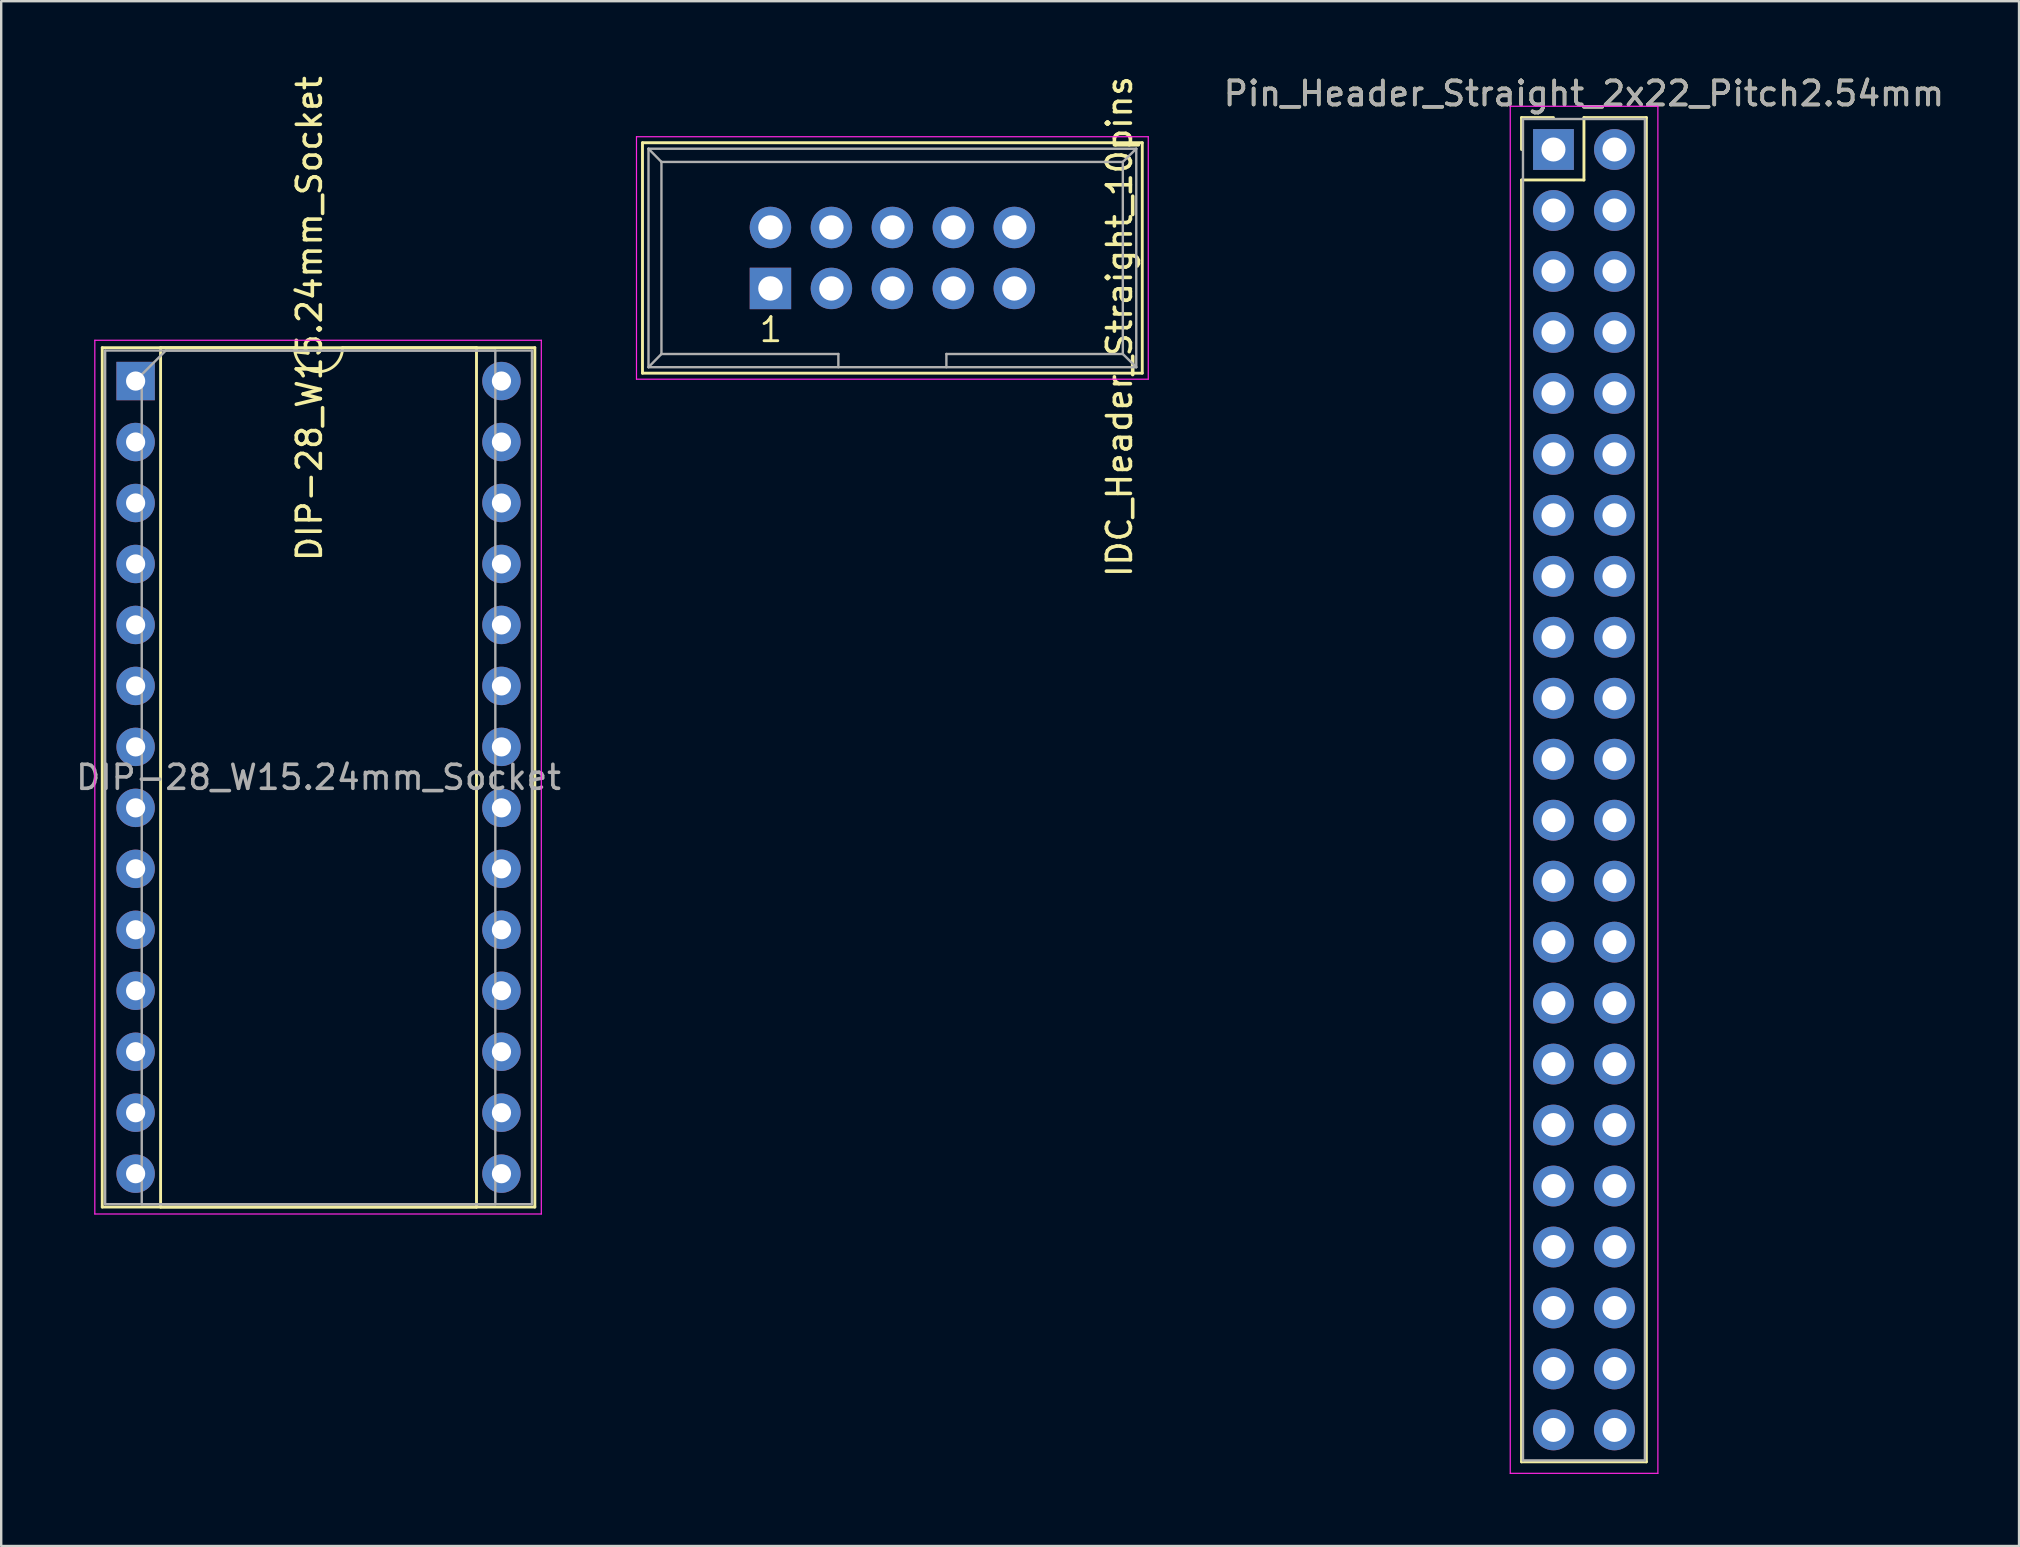
<source format=kicad_pcb>
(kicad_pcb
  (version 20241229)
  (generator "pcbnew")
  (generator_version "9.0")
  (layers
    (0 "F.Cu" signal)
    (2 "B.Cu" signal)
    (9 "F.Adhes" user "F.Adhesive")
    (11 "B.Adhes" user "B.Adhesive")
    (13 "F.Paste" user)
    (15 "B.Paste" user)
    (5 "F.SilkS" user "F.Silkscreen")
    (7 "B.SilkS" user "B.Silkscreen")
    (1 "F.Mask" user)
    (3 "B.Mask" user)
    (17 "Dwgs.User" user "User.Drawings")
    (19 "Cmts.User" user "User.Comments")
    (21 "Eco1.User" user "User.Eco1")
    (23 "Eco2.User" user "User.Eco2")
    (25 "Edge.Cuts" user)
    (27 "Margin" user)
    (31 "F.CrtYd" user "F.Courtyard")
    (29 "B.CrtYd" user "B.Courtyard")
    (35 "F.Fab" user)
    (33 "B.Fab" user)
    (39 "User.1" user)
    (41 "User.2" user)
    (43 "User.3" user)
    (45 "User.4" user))
  (footprint "Pin_Header_Straight_2x22_Pitch2.54mm"
    (layer "F.Cu")
    (at 61.665 3.178)
    (property "Reference" "Pin_Header_Straight_2x22_Pitch2.54mm" (at 1.27 -2.33 0) (layer "F.SilkS") (effects (font (size 1 1) (thickness 0.15))))
    (attr through_hole)
    (fp_line (start -1.33 -1.33) (end 0 -1.33) (stroke (width 0.12) (type solid)) (layer "F.SilkS"))
    (fp_line (start -1.33 0) (end -1.33 -1.33) (stroke (width 0.12) (type solid)) (layer "F.SilkS"))
    (fp_line (start -1.33 1.27) (end -1.33 54.67) (stroke (width 0.12) (type solid)) (layer "F.SilkS"))
    (fp_line (start -1.33 54.67) (end 3.87 54.67) (stroke (width 0.12) (type solid)) (layer "F.SilkS"))
    (fp_line (start 1.27 -1.33) (end 1.27 1.27) (stroke (width 0.12) (type solid)) (layer "F.SilkS"))
    (fp_line (start 1.27 1.27) (end -1.33 1.27) (stroke (width 0.12) (type solid)) (layer "F.SilkS"))
    (fp_line (start 3.87 -1.33) (end 1.27 -1.33) (stroke (width 0.12) (type solid)) (layer "F.SilkS"))
    (fp_line (start 3.87 54.67) (end 3.87 -1.33) (stroke (width 0.12) (type solid)) (layer "F.SilkS"))
    (fp_line (start -1.8 -1.8) (end -1.8 55.15) (stroke (width 0.05) (type solid)) (layer "F.CrtYd"))
    (fp_line (start -1.8 55.15) (end 4.35 55.15) (stroke (width 0.05) (type solid)) (layer "F.CrtYd"))
    (fp_line (start 4.35 -1.8) (end -1.8 -1.8) (stroke (width 0.05) (type solid)) (layer "F.CrtYd"))
    (fp_line (start 4.35 55.15) (end 4.35 -1.8) (stroke (width 0.05) (type solid)) (layer "F.CrtYd"))
    (fp_line (start -1.27 -1.27) (end -1.27 54.61) (stroke (width 0.1) (type solid)) (layer "F.Fab"))
    (fp_line (start -1.27 54.61) (end 3.81 54.61) (stroke (width 0.1) (type solid)) (layer "F.Fab"))
    (fp_line (start 3.81 -1.27) (end -1.27 -1.27) (stroke (width 0.1) (type solid)) (layer "F.Fab"))
    (fp_line (start 3.81 54.61) (end 3.81 -1.27) (stroke (width 0.1) (type solid)) (layer "F.Fab"))
    (fp_text user "${REFERENCE}" (at 1.27 -2.33 0) (layer "F.Fab") (effects (font (size 1 1) (thickness 0.15))))
    (pad "1" thru_hole rect (at 0 0) (size 1.7 1.7) (drill 1) (layers "*.Cu" "*.Mask"))
    (pad "2" thru_hole oval (at 2.54 0) (size 1.7 1.7) (drill 1) (layers "*.Cu" "*.Mask"))
    (pad "3" thru_hole oval (at 0 2.54) (size 1.7 1.7) (drill 1) (layers "*.Cu" "*.Mask"))
    (pad "4" thru_hole oval (at 2.54 2.54) (size 1.7 1.7) (drill 1) (layers "*.Cu" "*.Mask"))
    (pad "5" thru_hole oval (at 0 5.08) (size 1.7 1.7) (drill 1) (layers "*.Cu" "*.Mask"))
    (pad "6" thru_hole oval (at 2.54 5.08) (size 1.7 1.7) (drill 1) (layers "*.Cu" "*.Mask"))
    (pad "7" thru_hole oval (at 0 7.62) (size 1.7 1.7) (drill 1) (layers "*.Cu" "*.Mask"))
    (pad "8" thru_hole oval (at 2.54 7.62) (size 1.7 1.7) (drill 1) (layers "*.Cu" "*.Mask"))
    (pad "9" thru_hole oval (at 0 10.16) (size 1.7 1.7) (drill 1) (layers "*.Cu" "*.Mask"))
    (pad "10" thru_hole oval (at 2.54 10.16) (size 1.7 1.7) (drill 1) (layers "*.Cu" "*.Mask"))
    (pad "11" thru_hole oval (at 0 12.7) (size 1.7 1.7) (drill 1) (layers "*.Cu" "*.Mask"))
    (pad "12" thru_hole oval (at 2.54 12.7) (size 1.7 1.7) (drill 1) (layers "*.Cu" "*.Mask"))
    (pad "13" thru_hole oval (at 0 15.24) (size 1.7 1.7) (drill 1) (layers "*.Cu" "*.Mask"))
    (pad "14" thru_hole oval (at 2.54 15.24) (size 1.7 1.7) (drill 1) (layers "*.Cu" "*.Mask"))
    (pad "15" thru_hole oval (at 0 17.78) (size 1.7 1.7) (drill 1) (layers "*.Cu" "*.Mask"))
    (pad "16" thru_hole oval (at 2.54 17.78) (size 1.7 1.7) (drill 1) (layers "*.Cu" "*.Mask"))
    (pad "17" thru_hole oval (at 0 20.32) (size 1.7 1.7) (drill 1) (layers "*.Cu" "*.Mask"))
    (pad "18" thru_hole oval (at 2.54 20.32) (size 1.7 1.7) (drill 1) (layers "*.Cu" "*.Mask"))
    (pad "19" thru_hole oval (at 0 22.86) (size 1.7 1.7) (drill 1) (layers "*.Cu" "*.Mask"))
    (pad "20" thru_hole oval (at 2.54 22.86) (size 1.7 1.7) (drill 1) (layers "*.Cu" "*.Mask"))
    (pad "21" thru_hole oval (at 0 25.4) (size 1.7 1.7) (drill 1) (layers "*.Cu" "*.Mask"))
    (pad "22" thru_hole oval (at 2.54 25.4) (size 1.7 1.7) (drill 1) (layers "*.Cu" "*.Mask"))
    (pad "23" thru_hole oval (at 0 27.94) (size 1.7 1.7) (drill 1) (layers "*.Cu" "*.Mask"))
    (pad "24" thru_hole oval (at 2.54 27.94) (size 1.7 1.7) (drill 1) (layers "*.Cu" "*.Mask"))
    (pad "25" thru_hole oval (at 0 30.48) (size 1.7 1.7) (drill 1) (layers "*.Cu" "*.Mask"))
    (pad "26" thru_hole oval (at 2.54 30.48) (size 1.7 1.7) (drill 1) (layers "*.Cu" "*.Mask"))
    (pad "27" thru_hole oval (at 0 33.02) (size 1.7 1.7) (drill 1) (layers "*.Cu" "*.Mask"))
    (pad "28" thru_hole oval (at 2.54 33.02) (size 1.7 1.7) (drill 1) (layers "*.Cu" "*.Mask"))
    (pad "29" thru_hole oval (at 0 35.56) (size 1.7 1.7) (drill 1) (layers "*.Cu" "*.Mask"))
    (pad "30" thru_hole oval (at 2.54 35.56) (size 1.7 1.7) (drill 1) (layers "*.Cu" "*.Mask"))
    (pad "31" thru_hole oval (at 0 38.1) (size 1.7 1.7) (drill 1) (layers "*.Cu" "*.Mask"))
    (pad "32" thru_hole oval (at 2.54 38.1) (size 1.7 1.7) (drill 1) (layers "*.Cu" "*.Mask"))
    (pad "33" thru_hole oval (at 0 40.64) (size 1.7 1.7) (drill 1) (layers "*.Cu" "*.Mask"))
    (pad "34" thru_hole oval (at 2.54 40.64) (size 1.7 1.7) (drill 1) (layers "*.Cu" "*.Mask"))
    (pad "35" thru_hole oval (at 0 43.18) (size 1.7 1.7) (drill 1) (layers "*.Cu" "*.Mask"))
    (pad "36" thru_hole oval (at 2.54 43.18) (size 1.7 1.7) (drill 1) (layers "*.Cu" "*.Mask"))
    (pad "37" thru_hole oval (at 0 45.72) (size 1.7 1.7) (drill 1) (layers "*.Cu" "*.Mask"))
    (pad "38" thru_hole oval (at 2.54 45.72) (size 1.7 1.7) (drill 1) (layers "*.Cu" "*.Mask"))
    (pad "39" thru_hole oval (at 0 48.26) (size 1.7 1.7) (drill 1) (layers "*.Cu" "*.Mask"))
    (pad "40" thru_hole oval (at 2.54 48.26) (size 1.7 1.7) (drill 1) (layers "*.Cu" "*.Mask"))
    (pad "41" thru_hole oval (at 0 50.8) (size 1.7 1.7) (drill 1) (layers "*.Cu" "*.Mask"))
    (pad "42" thru_hole oval (at 2.54 50.8) (size 1.7 1.7) (drill 1) (layers "*.Cu" "*.Mask"))
    (pad "43" thru_hole oval (at 0 53.34) (size 1.7 1.7) (drill 1) (layers "*.Cu" "*.Mask"))
    (pad "44" thru_hole oval (at 2.54 53.34) (size 1.7 1.7) (drill 1) (layers "*.Cu" "*.Mask")))
  (footprint "DIP-28_W15.24mm_Socket"
    (layer "F.Cu")
    (at 2.6 12.824)
    (property "Reference" "DIP-28_W15.24mm_Socket" (at 7.239 -2.603 90) (layer "F.SilkS") (effects (font (size 1 1) (thickness 0.15))))
    (attr through_hole)
    (fp_line (start -1.39 -1.39) (end -1.39 34.41) (stroke (width 0.12) (type solid)) (layer "F.SilkS"))
    (fp_line (start -1.39 34.41) (end 16.63 34.41) (stroke (width 0.12) (type solid)) (layer "F.SilkS"))
    (fp_line (start 1.04 -1.39) (end 1.04 34.41) (stroke (width 0.12) (type solid)) (layer "F.SilkS"))
    (fp_line (start 1.04 34.41) (end 14.2 34.41) (stroke (width 0.12) (type solid)) (layer "F.SilkS"))
    (fp_line (start 6.62 -1.39) (end 1.04 -1.39) (stroke (width 0.12) (type solid)) (layer "F.SilkS"))
    (fp_line (start 14.2 -1.39) (end 8.62 -1.39) (stroke (width 0.12) (type solid)) (layer "F.SilkS"))
    (fp_line (start 14.2 34.41) (end 14.2 -1.39) (stroke (width 0.12) (type solid)) (layer "F.SilkS"))
    (fp_line (start 16.63 -1.39) (end -1.39 -1.39) (stroke (width 0.12) (type solid)) (layer "F.SilkS"))
    (fp_line (start 16.63 34.41) (end 16.63 -1.39) (stroke (width 0.12) (type solid)) (layer "F.SilkS"))
    (fp_arc (start 8.62 -1.39) (mid 7.62 -0.39) (end 6.62 -1.39) (stroke (width 0.12) (type solid)) (layer "F.SilkS"))
    (fp_line (start -1.7 -1.7) (end -1.7 34.7) (stroke (width 0.05) (type solid)) (layer "F.CrtYd"))
    (fp_line (start -1.7 34.7) (end 16.9 34.7) (stroke (width 0.05) (type solid)) (layer "F.CrtYd"))
    (fp_line (start 16.9 -1.7) (end -1.7 -1.7) (stroke (width 0.05) (type solid)) (layer "F.CrtYd"))
    (fp_line (start 16.9 34.7) (end 16.9 -1.7) (stroke (width 0.05) (type solid)) (layer "F.CrtYd"))
    (fp_line (start -1.27 -1.27) (end -1.27 34.29) (stroke (width 0.1) (type solid)) (layer "F.Fab"))
    (fp_line (start -1.27 34.29) (end 16.51 34.29) (stroke (width 0.1) (type solid)) (layer "F.Fab"))
    (fp_line (start 0.255 -0.27) (end 1.255 -1.27) (stroke (width 0.1) (type solid)) (layer "F.Fab"))
    (fp_line (start 0.255 34.29) (end 0.255 -0.27) (stroke (width 0.1) (type solid)) (layer "F.Fab"))
    (fp_line (start 1.255 -1.27) (end 14.985 -1.27) (stroke (width 0.1) (type solid)) (layer "F.Fab"))
    (fp_line (start 14.985 -1.27) (end 14.985 34.29) (stroke (width 0.1) (type solid)) (layer "F.Fab"))
    (fp_line (start 14.985 34.29) (end 0.255 34.29) (stroke (width 0.1) (type solid)) (layer "F.Fab"))
    (fp_line (start 16.51 -1.27) (end -1.27 -1.27) (stroke (width 0.1) (type solid)) (layer "F.Fab"))
    (fp_line (start 16.51 34.29) (end 16.51 -1.27) (stroke (width 0.1) (type solid)) (layer "F.Fab"))
    (fp_text user "${REFERENCE}" (at 7.62 16.51 0) (layer "F.Fab") (effects (font (size 1 1) (thickness 0.15))))
    (pad "1" thru_hole rect (at 0 0) (size 1.6 1.6) (drill 0.8) (layers "*.Cu" "*.Mask"))
    (pad "2" thru_hole oval (at 0 2.54) (size 1.6 1.6) (drill 0.8) (layers "*.Cu" "*.Mask"))
    (pad "3" thru_hole oval (at 0 5.08) (size 1.6 1.6) (drill 0.8) (layers "*.Cu" "*.Mask"))
    (pad "4" thru_hole oval (at 0 7.62) (size 1.6 1.6) (drill 0.8) (layers "*.Cu" "*.Mask"))
    (pad "5" thru_hole oval (at 0 10.16) (size 1.6 1.6) (drill 0.8) (layers "*.Cu" "*.Mask"))
    (pad "6" thru_hole oval (at 0 12.7) (size 1.6 1.6) (drill 0.8) (layers "*.Cu" "*.Mask"))
    (pad "7" thru_hole oval (at 0 15.24) (size 1.6 1.6) (drill 0.8) (layers "*.Cu" "*.Mask"))
    (pad "8" thru_hole oval (at 0 17.78) (size 1.6 1.6) (drill 0.8) (layers "*.Cu" "*.Mask"))
    (pad "9" thru_hole oval (at 0 20.32) (size 1.6 1.6) (drill 0.8) (layers "*.Cu" "*.Mask"))
    (pad "10" thru_hole oval (at 0 22.86) (size 1.6 1.6) (drill 0.8) (layers "*.Cu" "*.Mask"))
    (pad "11" thru_hole oval (at 0 25.4) (size 1.6 1.6) (drill 0.8) (layers "*.Cu" "*.Mask"))
    (pad "12" thru_hole oval (at 0 27.94) (size 1.6 1.6) (drill 0.8) (layers "*.Cu" "*.Mask"))
    (pad "13" thru_hole oval (at 0 30.48) (size 1.6 1.6) (drill 0.8) (layers "*.Cu" "*.Mask"))
    (pad "14" thru_hole oval (at 0 33.02) (size 1.6 1.6) (drill 0.8) (layers "*.Cu" "*.Mask"))
    (pad "15" thru_hole oval (at 15.24 33.02) (size 1.6 1.6) (drill 0.8) (layers "*.Cu" "*.Mask"))
    (pad "16" thru_hole oval (at 15.24 30.48) (size 1.6 1.6) (drill 0.8) (layers "*.Cu" "*.Mask"))
    (pad "17" thru_hole oval (at 15.24 27.94) (size 1.6 1.6) (drill 0.8) (layers "*.Cu" "*.Mask"))
    (pad "18" thru_hole oval (at 15.24 25.4) (size 1.6 1.6) (drill 0.8) (layers "*.Cu" "*.Mask"))
    (pad "19" thru_hole oval (at 15.24 22.86) (size 1.6 1.6) (drill 0.8) (layers "*.Cu" "*.Mask"))
    (pad "20" thru_hole oval (at 15.24 20.32) (size 1.6 1.6) (drill 0.8) (layers "*.Cu" "*.Mask"))
    (pad "21" thru_hole oval (at 15.24 17.78) (size 1.6 1.6) (drill 0.8) (layers "*.Cu" "*.Mask"))
    (pad "22" thru_hole oval (at 15.24 15.24) (size 1.6 1.6) (drill 0.8) (layers "*.Cu" "*.Mask"))
    (pad "23" thru_hole oval (at 15.24 12.7) (size 1.6 1.6) (drill 0.8) (layers "*.Cu" "*.Mask"))
    (pad "24" thru_hole oval (at 15.24 10.16) (size 1.6 1.6) (drill 0.8) (layers "*.Cu" "*.Mask"))
    (pad "25" thru_hole oval (at 15.24 7.62) (size 1.6 1.6) (drill 0.8) (layers "*.Cu" "*.Mask"))
    (pad "26" thru_hole oval (at 15.24 5.08) (size 1.6 1.6) (drill 0.8) (layers "*.Cu" "*.Mask"))
    (pad "27" thru_hole oval (at 15.24 2.54) (size 1.6 1.6) (drill 0.8) (layers "*.Cu" "*.Mask"))
    (pad "28" thru_hole oval (at 15.24 0) (size 1.6 1.6) (drill 0.8) (layers "*.Cu" "*.Mask")))
  (footprint "IDC_Header_Straight_10pins"
    (layer "F.Cu")
    (at 29.045 8.966)
    (property "Reference" "IDC_Header_Straight_10pins" (at 14.541 1.587 90) (layer "F.SilkS") (effects (font (size 1 1) (thickness 0.15))))
    (attr through_hole)
    (fp_line (start -5.33 -6.07) (end 15.49 -6.07) (stroke (width 0.12) (type solid)) (layer "F.SilkS"))
    (fp_line (start -5.33 3.53) (end -5.33 -6.07) (stroke (width 0.12) (type solid)) (layer "F.SilkS"))
    (fp_line (start 15.49 -6.07) (end 15.49 3.53) (stroke (width 0.12) (type solid)) (layer "F.SilkS"))
    (fp_line (start 15.49 3.53) (end -5.33 3.53) (stroke (width 0.12) (type solid)) (layer "F.SilkS"))
    (fp_line (start -5.58 -6.32) (end 15.74 -6.32) (stroke (width 0.05) (type solid)) (layer "F.CrtYd"))
    (fp_line (start -5.58 3.78) (end -5.58 -6.32) (stroke (width 0.05) (type solid)) (layer "F.CrtYd"))
    (fp_line (start 15.74 -6.32) (end 15.74 3.78) (stroke (width 0.05) (type solid)) (layer "F.CrtYd"))
    (fp_line (start 15.74 3.78) (end -5.58 3.78) (stroke (width 0.05) (type solid)) (layer "F.CrtYd"))
    (fp_line (start -5.08 -5.82) (end -5.08 3.28) (stroke (width 0.1) (type solid)) (layer "F.Fab"))
    (fp_line (start -5.08 -5.82) (end -4.54 -5.27) (stroke (width 0.1) (type solid)) (layer "F.Fab"))
    (fp_line (start -5.08 -5.82) (end 15.24 -5.82) (stroke (width 0.1) (type solid)) (layer "F.Fab"))
    (fp_line (start -5.08 3.28) (end -4.54 2.73) (stroke (width 0.1) (type solid)) (layer "F.Fab"))
    (fp_line (start -5.08 3.28) (end 15.24 3.28) (stroke (width 0.1) (type solid)) (layer "F.Fab"))
    (fp_line (start -4.54 -5.27) (end -4.54 2.73) (stroke (width 0.1) (type solid)) (layer "F.Fab"))
    (fp_line (start -4.54 -5.27) (end 14.68 -5.27) (stroke (width 0.1) (type solid)) (layer "F.Fab"))
    (fp_line (start -4.54 2.73) (end 2.83 2.73) (stroke (width 0.1) (type solid)) (layer "F.Fab"))
    (fp_line (start 2.83 2.73) (end 2.83 3.28) (stroke (width 0.1) (type solid)) (layer "F.Fab"))
    (fp_line (start 7.33 2.73) (end 7.33 3.28) (stroke (width 0.1) (type solid)) (layer "F.Fab"))
    (fp_line (start 7.33 2.73) (end 14.68 2.73) (stroke (width 0.1) (type solid)) (layer "F.Fab"))
    (fp_line (start 14.68 -5.27) (end 14.68 2.73) (stroke (width 0.1) (type solid)) (layer "F.Fab"))
    (fp_line (start 15.24 -5.82) (end 14.68 -5.27) (stroke (width 0.1) (type solid)) (layer "F.Fab"))
    (fp_line (start 15.24 -5.82) (end 15.24 3.28) (stroke (width 0.1) (type solid)) (layer "F.Fab"))
    (fp_line (start 15.24 3.28) (end 14.68 2.73) (stroke (width 0.1) (type solid)) (layer "F.Fab"))
    (fp_text user "1" (at 0.02 1.72 0) (layer "F.SilkS") (effects (font (size 1 1) (thickness 0.12))))
    (pad "1" thru_hole rect (at 0 0) (size 1.727 1.727) (drill 1.016) (layers "*.Cu" "*.Mask"))
    (pad "2" thru_hole oval (at 0 -2.54) (size 1.727 1.727) (drill 1.016) (layers "*.Cu" "*.Mask"))
    (pad "3" thru_hole oval (at 2.54 0) (size 1.727 1.727) (drill 1.016) (layers "*.Cu" "*.Mask"))
    (pad "4" thru_hole oval (at 2.54 -2.54) (size 1.727 1.727) (drill 1.016) (layers "*.Cu" "*.Mask"))
    (pad "5" thru_hole oval (at 5.08 0) (size 1.727 1.727) (drill 1.016) (layers "*.Cu" "*.Mask"))
    (pad "6" thru_hole oval (at 5.08 -2.54) (size 1.727 1.727) (drill 1.016) (layers "*.Cu" "*.Mask"))
    (pad "7" thru_hole oval (at 7.62 0) (size 1.727 1.727) (drill 1.016) (layers "*.Cu" "*.Mask"))
    (pad "8" thru_hole oval (at 7.62 -2.54) (size 1.727 1.727) (drill 1.016) (layers "*.Cu" "*.Mask"))
    (pad "9" thru_hole oval (at 10.16 0) (size 1.727 1.727) (drill 1.016) (layers "*.Cu" "*.Mask"))
    (pad "10" thru_hole oval (at 10.16 -2.54) (size 1.727 1.727) (drill 1.016) (layers "*.Cu" "*.Mask")))
  (gr_rect
    (start -3 -3)
    (end 81.06 61.353)
    (stroke (width 0.1) (type default))
    (fill no)
    (layer "Edge.Cuts")))
</source>
